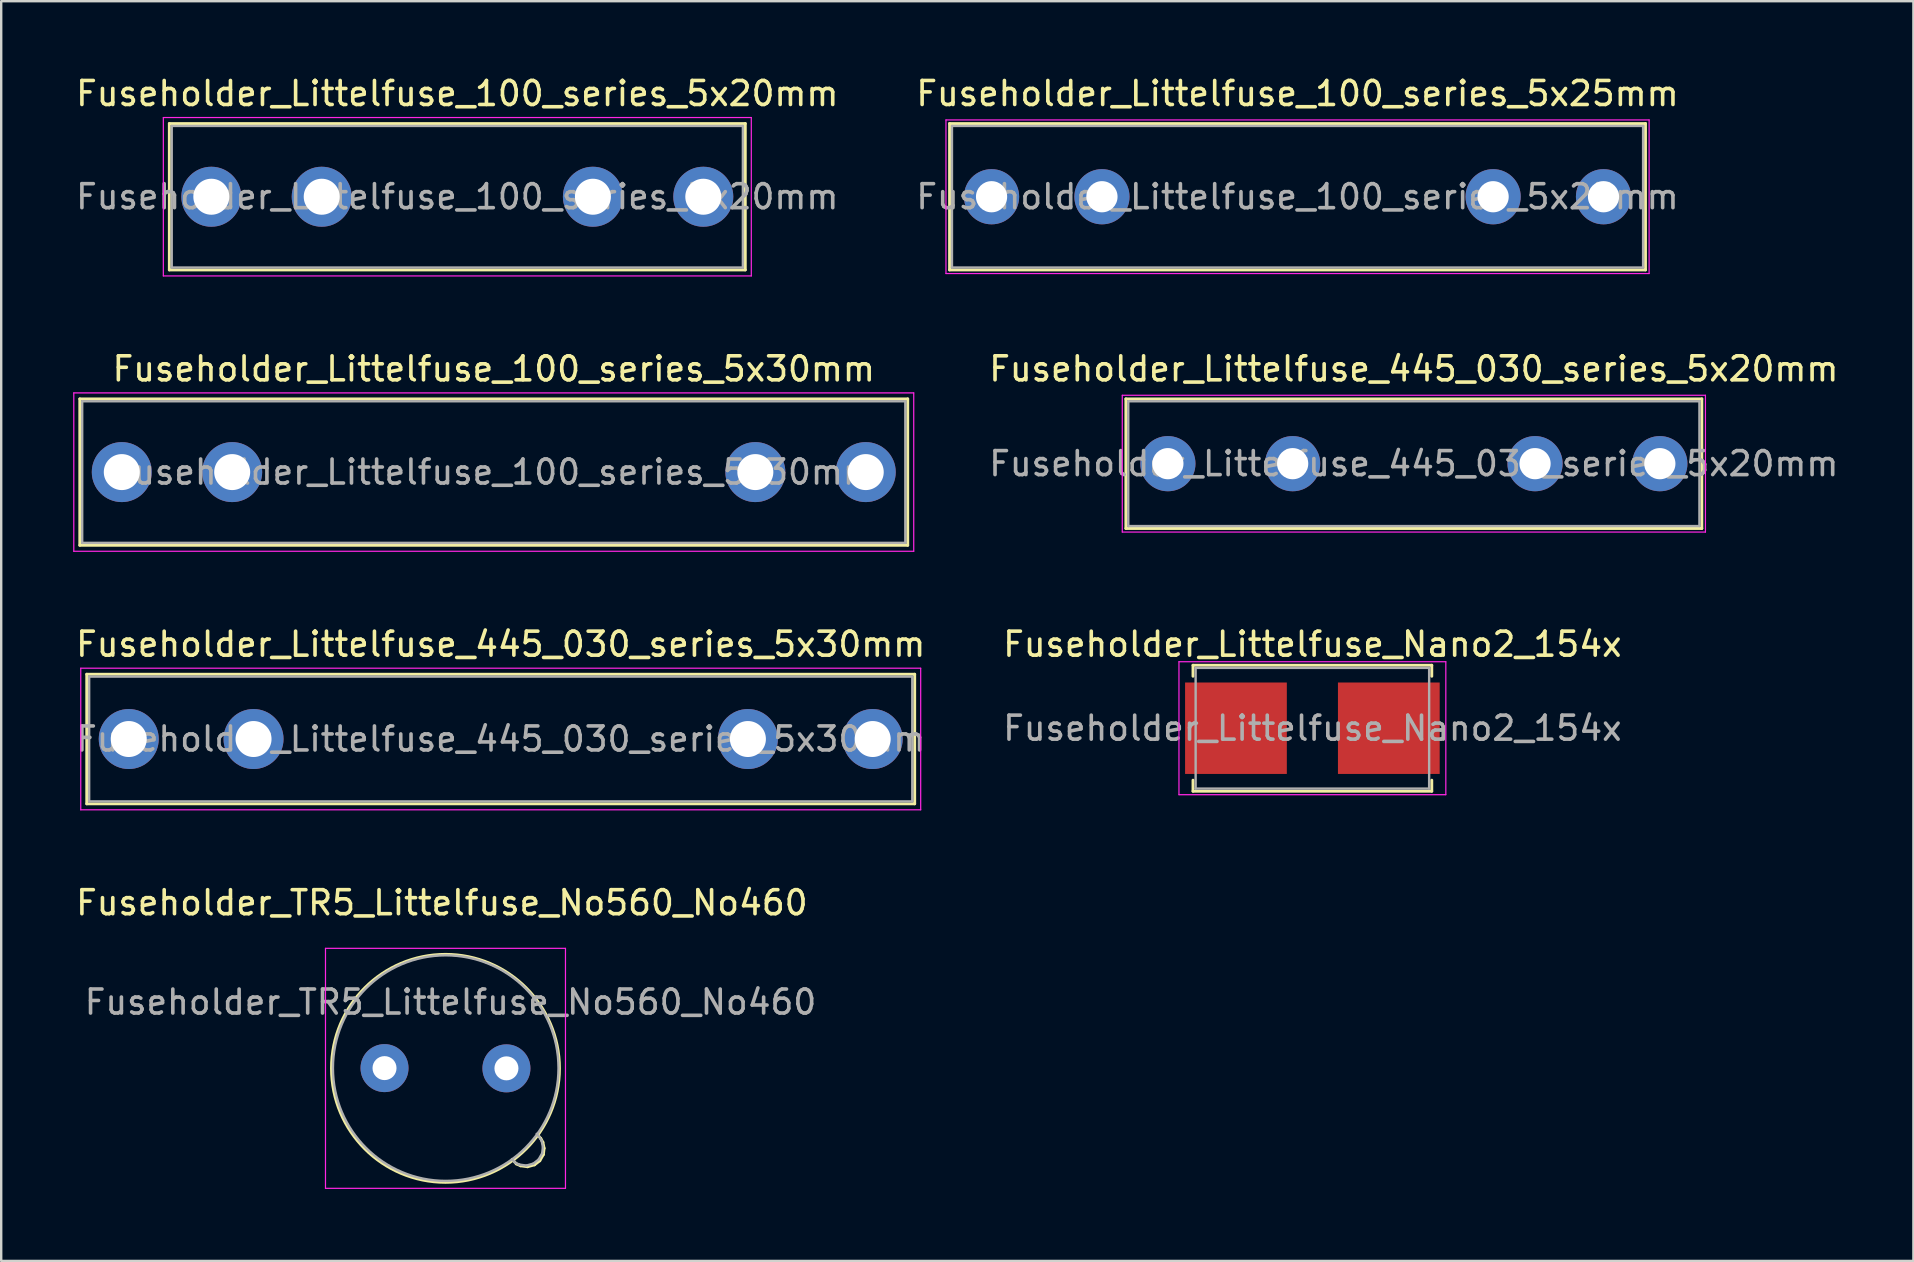
<source format=kicad_pcb>
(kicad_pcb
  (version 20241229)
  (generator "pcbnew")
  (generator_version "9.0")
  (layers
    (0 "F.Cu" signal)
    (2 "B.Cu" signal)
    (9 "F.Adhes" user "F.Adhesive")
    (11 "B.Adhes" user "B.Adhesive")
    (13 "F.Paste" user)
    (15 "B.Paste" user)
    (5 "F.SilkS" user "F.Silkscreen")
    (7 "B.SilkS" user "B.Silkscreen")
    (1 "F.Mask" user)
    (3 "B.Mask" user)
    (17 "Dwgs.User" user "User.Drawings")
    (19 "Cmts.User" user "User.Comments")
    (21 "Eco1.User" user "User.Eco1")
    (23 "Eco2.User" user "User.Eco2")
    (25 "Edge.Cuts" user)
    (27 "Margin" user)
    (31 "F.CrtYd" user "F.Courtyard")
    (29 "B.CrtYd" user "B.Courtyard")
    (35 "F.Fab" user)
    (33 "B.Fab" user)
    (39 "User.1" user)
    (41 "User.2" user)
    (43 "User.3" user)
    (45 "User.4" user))
  (footprint "Fuseholder_Littelfuse_445_030_series_5x20mm"
    (layer "F.Cu")
    (at 45.615 16.271)
    (property "Reference" "Fuseholder_Littelfuse_445_030_series_5x20mm" (at 10.25 -3.95 0) (unlocked yes) (layer "F.SilkS") (effects (font (size 1 1) (thickness 0.15))))
    (attr through_hole)
    (fp_line (start -1.75 -2.7) (end 22.25 -2.7) (stroke (width 0.12) (type solid)) (layer "F.SilkS"))
    (fp_line (start -1.75 2.7) (end -1.75 -2.7) (stroke (width 0.12) (type solid)) (layer "F.SilkS"))
    (fp_line (start 22.25 -2.7) (end 22.25 2.7) (stroke (width 0.12) (type solid)) (layer "F.SilkS"))
    (fp_line (start 22.25 2.7) (end -1.75 2.7) (stroke (width 0.12) (type solid)) (layer "F.SilkS"))
    (fp_line (start -1.9 -2.85) (end 22.4 -2.85) (stroke (width 0.05) (type solid)) (layer "F.CrtYd"))
    (fp_line (start -1.9 2.85) (end -1.9 -2.85) (stroke (width 0.05) (type solid)) (layer "F.CrtYd"))
    (fp_line (start 22.4 -2.85) (end 22.4 2.85) (stroke (width 0.05) (type solid)) (layer "F.CrtYd"))
    (fp_line (start 22.4 2.85) (end -1.9 2.85) (stroke (width 0.05) (type solid)) (layer "F.CrtYd"))
    (fp_line (start -1.65 -2.6) (end 22.15 -2.6) (stroke (width 0.1) (type solid)) (layer "F.Fab"))
    (fp_line (start -1.65 2.6) (end -1.65 -2.6) (stroke (width 0.1) (type solid)) (layer "F.Fab"))
    (fp_line (start 22.15 -2.6) (end 22.15 2.6) (stroke (width 0.1) (type solid)) (layer "F.Fab"))
    (fp_line (start 22.15 2.6) (end -1.65 2.6) (stroke (width 0.1) (type solid)) (layer "F.Fab"))
    (fp_text user "${REFERENCE}" (at 10.25 0 0) (unlocked yes) (layer "F.Fab") (effects (font (size 1 1) (thickness 0.15))))
    (pad "1" thru_hole circle (at 0 0) (size 2.3 2.3) (drill 1.3) (layers "*.Cu" "*.Mask"))
    (pad "1" thru_hole circle (at 5.2 0) (size 2.3 2.3) (drill 1.3) (layers "*.Cu" "*.Mask"))
    (pad "2" thru_hole circle (at 15.3 0) (size 2.3 2.3) (drill 1.3) (layers "*.Cu" "*.Mask"))
    (pad "2" thru_hole circle (at 20.5 0) (size 2.3 2.3) (drill 1.3) (layers "*.Cu" "*.Mask")))
  (footprint "Fuseholder_Littelfuse_445_030_series_5x30mm"
    (layer "F.Cu")
    (at 17.815 27.745)
    (property "Reference" "Fuseholder_Littelfuse_445_030_series_5x30mm" (at 0 -3.95 0) (unlocked yes) (layer "F.SilkS") (effects (font (size 1 1) (thickness 0.15))))
    (fp_line (start -17.25 -2.7) (end 17.25 -2.7) (stroke (width 0.12) (type solid)) (layer "F.SilkS"))
    (fp_line (start -17.25 2.7) (end -17.25 -2.7) (stroke (width 0.12) (type solid)) (layer "F.SilkS"))
    (fp_line (start 17.25 -2.7) (end 17.25 2.7) (stroke (width 0.12) (type solid)) (layer "F.SilkS"))
    (fp_line (start 17.25 2.7) (end -17.25 2.7) (stroke (width 0.12) (type solid)) (layer "F.SilkS"))
    (fp_line (start -17.5 -2.95) (end 17.5 -2.95) (stroke (width 0.05) (type solid)) (layer "F.CrtYd"))
    (fp_line (start -17.5 2.95) (end -17.5 -2.95) (stroke (width 0.05) (type solid)) (layer "F.CrtYd"))
    (fp_line (start 17.5 -2.95) (end 17.5 2.95) (stroke (width 0.05) (type solid)) (layer "F.CrtYd"))
    (fp_line (start 17.5 2.95) (end -17.5 2.95) (stroke (width 0.05) (type solid)) (layer "F.CrtYd"))
    (fp_line (start -17.15 -2.6) (end 17.15 -2.6) (stroke (width 0.1) (type solid)) (layer "F.Fab"))
    (fp_line (start -17.15 2.6) (end -17.15 -2.6) (stroke (width 0.1) (type solid)) (layer "F.Fab"))
    (fp_line (start 17.15 -2.6) (end 17.15 2.6) (stroke (width 0.1) (type solid)) (layer "F.Fab"))
    (fp_line (start 17.15 2.6) (end -17.15 2.6) (stroke (width 0.1) (type solid)) (layer "F.Fab"))
    (fp_text user "${REFERENCE}" (at 0 0 0) (unlocked yes) (layer "F.Fab") (effects (font (size 1 1) (thickness 0.15))))
    (pad "1" thru_hole circle (at -15.5 0) (size 2.5 2.5) (drill 1.5) (layers "*.Cu" "*.Mask"))
    (pad "1" thru_hole circle (at -10.3 0) (size 2.5 2.5) (drill 1.5) (layers "*.Cu" "*.Mask"))
    (pad "2" thru_hole circle (at 10.3 0) (size 2.5 2.5) (drill 1.5) (layers "*.Cu" "*.Mask"))
    (pad "2" thru_hole circle (at 15.5 0) (size 2.5 2.5) (drill 1.5) (layers "*.Cu" "*.Mask")))
  (footprint "Fuseholder_Littelfuse_Nano2_154x"
    (layer "F.Cu")
    (at 51.637 27.295)
    (property "Reference" "Fuseholder_Littelfuse_Nano2_154x" (at 0 -3.5 0) (unlocked yes) (layer "F.SilkS") (effects (font (size 1 1) (thickness 0.15))))
    (attr smd)
    (fp_line (start -4.975 -2.625) (end -4.975 -2.165) (stroke (width 0.12) (type solid)) (layer "F.SilkS"))
    (fp_line (start -4.975 -2.625) (end 4.975 -2.625) (stroke (width 0.12) (type solid)) (layer "F.SilkS"))
    (fp_line (start -4.975 2.165) (end -4.975 2.625) (stroke (width 0.12) (type solid)) (layer "F.SilkS"))
    (fp_line (start -4.975 2.625) (end 4.975 2.625) (stroke (width 0.12) (type solid)) (layer "F.SilkS"))
    (fp_line (start 4.975 -2.625) (end 4.975 -2.165) (stroke (width 0.12) (type solid)) (layer "F.SilkS"))
    (fp_line (start 4.975 2.625) (end 4.975 2.165) (stroke (width 0.12) (type solid)) (layer "F.SilkS"))
    (fp_line (start -5.56 -2.77) (end -5.56 2.77) (stroke (width 0.05) (type solid)) (layer "F.CrtYd"))
    (fp_line (start -5.56 -2.77) (end 5.56 -2.77) (stroke (width 0.05) (type solid)) (layer "F.CrtYd"))
    (fp_line (start -5.56 2.77) (end 5.56 2.77) (stroke (width 0.05) (type solid)) (layer "F.CrtYd"))
    (fp_line (start 5.56 -2.77) (end 5.56 2.77) (stroke (width 0.05) (type solid)) (layer "F.CrtYd"))
    (fp_line (start -4.865 -2.515) (end -4.865 2.515) (stroke (width 0.1) (type solid)) (layer "F.Fab"))
    (fp_line (start -4.865 -2.515) (end 4.865 -2.515) (stroke (width 0.1) (type solid)) (layer "F.Fab"))
    (fp_line (start -4.865 2.515) (end 4.865 2.515) (stroke (width 0.1) (type solid)) (layer "F.Fab"))
    (fp_line (start 4.865 2.515) (end 4.865 -2.515) (stroke (width 0.1) (type solid)) (layer "F.Fab"))
    (fp_text user "${REFERENCE}" (at 0 0 0) (layer "F.Fab") (effects (font (size 1 1) (thickness 0.15))))
    (pad "1" smd rect (at -3.185 0) (size 4.24 3.81) (layers "F.Cu" "F.Mask" "F.Paste"))
    (pad "2" smd rect (at 3.185 0) (size 4.24 3.81) (layers "F.Cu" "F.Mask" "F.Paste")))
  (footprint "Fuseholder_TR5_Littelfuse_No560_No460"
    (layer "F.Cu")
    (at 12.973 41.458)
    (property "Reference" "Fuseholder_TR5_Littelfuse_No560_No460" (at 2.39 -6.89 0) (layer "F.SilkS") (effects (font (size 1 1) (thickness 0.15))))
    (attr through_hole)
    (fp_line (start 5.49 3.99) (end 5.36 3.84) (stroke (width 0.12) (type solid)) (layer "F.SilkS"))
    (fp_line (start 5.67 4.07) (end 5.49 3.99) (stroke (width 0.12) (type solid)) (layer "F.SilkS"))
    (fp_line (start 5.96 4.11) (end 5.67 4.07) (stroke (width 0.12) (type solid)) (layer "F.SilkS"))
    (fp_line (start 6.25 4.03) (end 5.96 4.11) (stroke (width 0.12) (type solid)) (layer "F.SilkS"))
    (fp_line (start 6.39 2.79) (end 6.51 2.93) (stroke (width 0.12) (type solid)) (layer "F.SilkS"))
    (fp_line (start 6.47 3.86) (end 6.25 4.03) (stroke (width 0.12) (type solid)) (layer "F.SilkS"))
    (fp_line (start 6.51 2.93) (end 6.6 3.09) (stroke (width 0.12) (type solid)) (layer "F.SilkS"))
    (fp_line (start 6.6 3.09) (end 6.65 3.34) (stroke (width 0.12) (type solid)) (layer "F.SilkS"))
    (fp_line (start 6.62 3.6) (end 6.47 3.86) (stroke (width 0.12) (type solid)) (layer "F.SilkS"))
    (fp_line (start 6.65 3.34) (end 6.62 3.6) (stroke (width 0.12) (type solid)) (layer "F.SilkS"))
    (fp_circle (center 2.54 0.01) (end 7.29 0.01) (stroke (width 0.12) (type solid)) (fill no) (layer "F.SilkS"))
    (fp_line (start -2.46 -4.99) (end -2.46 5.01) (stroke (width 0.05) (type solid)) (layer "F.CrtYd"))
    (fp_line (start -2.46 -4.99) (end 7.54 -4.99) (stroke (width 0.05) (type solid)) (layer "F.CrtYd"))
    (fp_line (start 7.54 5.01) (end -2.46 5.01) (stroke (width 0.05) (type solid)) (layer "F.CrtYd"))
    (fp_line (start 7.54 5.01) (end 7.54 -4.99) (stroke (width 0.05) (type solid)) (layer "F.CrtYd"))
    (fp_line (start 5.44 3.94) (end 5.31 3.79) (stroke (width 0.1) (type solid)) (layer "F.Fab"))
    (fp_line (start 5.62 4.02) (end 5.44 3.94) (stroke (width 0.1) (type solid)) (layer "F.Fab"))
    (fp_line (start 5.91 4.06) (end 5.62 4.02) (stroke (width 0.1) (type solid)) (layer "F.Fab"))
    (fp_line (start 6.2 3.98) (end 5.91 4.06) (stroke (width 0.1) (type solid)) (layer "F.Fab"))
    (fp_line (start 6.34 2.74) (end 6.46 2.88) (stroke (width 0.1) (type solid)) (layer "F.Fab"))
    (fp_line (start 6.42 3.81) (end 6.2 3.98) (stroke (width 0.1) (type solid)) (layer "F.Fab"))
    (fp_line (start 6.46 2.88) (end 6.55 3.04) (stroke (width 0.1) (type solid)) (layer "F.Fab"))
    (fp_line (start 6.55 3.04) (end 6.6 3.29) (stroke (width 0.1) (type solid)) (layer "F.Fab"))
    (fp_line (start 6.57 3.55) (end 6.42 3.81) (stroke (width 0.1) (type solid)) (layer "F.Fab"))
    (fp_line (start 6.6 3.29) (end 6.57 3.55) (stroke (width 0.1) (type solid)) (layer "F.Fab"))
    (fp_circle (center 2.55 0) (end 7.25 0) (stroke (width 0.1) (type solid)) (fill no) (layer "F.Fab"))
    (fp_text user "${REFERENCE}" (at 2.75 -2.75 0) (layer "F.Fab") (effects (font (size 1 1) (thickness 0.15))))
    (pad "1" thru_hole circle (at 0 0) (size 2 2) (drill 1) (layers "*.Cu" "*.Mask"))
    (pad "2" thru_hole circle (at 5.08 0.01) (size 2 2) (drill 1) (layers "*.Cu" "*.Mask")))
  (footprint "Fuseholder_Littelfuse_100_series_5x30mm"
    (layer "F.Cu")
    (at 17.525 16.622)
    (property "Reference" "Fuseholder_Littelfuse_100_series_5x30mm" (at 0 -4.3 0) (unlocked yes) (layer "F.SilkS") (effects (font (size 1 1) (thickness 0.15))))
    (fp_line (start -17.25 -3.05) (end 17.25 -3.05) (stroke (width 0.12) (type solid)) (layer "F.SilkS"))
    (fp_line (start -17.25 3.05) (end -17.25 -3.05) (stroke (width 0.12) (type solid)) (layer "F.SilkS"))
    (fp_line (start 17.25 -3.05) (end 17.25 3.05) (stroke (width 0.12) (type solid)) (layer "F.SilkS"))
    (fp_line (start 17.25 3.05) (end -17.25 3.05) (stroke (width 0.12) (type solid)) (layer "F.SilkS"))
    (fp_line (start -17.5 -3.3) (end 17.5 -3.3) (stroke (width 0.05) (type solid)) (layer "F.CrtYd"))
    (fp_line (start -17.5 3.3) (end -17.5 -3.3) (stroke (width 0.05) (type solid)) (layer "F.CrtYd"))
    (fp_line (start 17.5 -3.3) (end 17.5 3.3) (stroke (width 0.05) (type solid)) (layer "F.CrtYd"))
    (fp_line (start 17.5 3.3) (end -17.5 3.3) (stroke (width 0.05) (type solid)) (layer "F.CrtYd"))
    (fp_line (start -17.15 -2.95) (end 17.15 -2.95) (stroke (width 0.1) (type solid)) (layer "F.Fab"))
    (fp_line (start -17.15 2.95) (end -17.15 -2.95) (stroke (width 0.1) (type solid)) (layer "F.Fab"))
    (fp_line (start 17.15 -2.95) (end 17.15 2.95) (stroke (width 0.1) (type solid)) (layer "F.Fab"))
    (fp_line (start 17.15 2.95) (end -17.15 2.95) (stroke (width 0.1) (type solid)) (layer "F.Fab"))
    (fp_text user "${REFERENCE}" (at 0 0 0) (unlocked yes) (layer "F.Fab") (effects (font (size 1 1) (thickness 0.15))))
    (pad "1" thru_hole circle (at -15.5 0) (size 2.5 2.5) (drill 1.5) (layers "*.Cu" "*.Mask"))
    (pad "1" thru_hole circle (at -10.9 0) (size 2.5 2.5) (drill 1.5) (layers "*.Cu" "*.Mask"))
    (pad "2" thru_hole circle (at 10.9 0) (size 2.5 2.5) (drill 1.5) (layers "*.Cu" "*.Mask"))
    (pad "2" thru_hole circle (at 15.5 0) (size 2.5 2.5) (drill 1.5) (layers "*.Cu" "*.Mask")))
  (footprint "Fuseholder_Littelfuse_100_series_5x20mm"
    (layer "F.Cu")
    (at 5.756 5.148)
    (property "Reference" "Fuseholder_Littelfuse_100_series_5x20mm" (at 10.25 -4.3 0) (unlocked yes) (layer "F.SilkS") (effects (font (size 1 1) (thickness 0.15))))
    (fp_line (start -1.75 -3.05) (end 22.25 -3.05) (stroke (width 0.12) (type solid)) (layer "F.SilkS"))
    (fp_line (start -1.75 3.05) (end -1.75 -3.05) (stroke (width 0.12) (type solid)) (layer "F.SilkS"))
    (fp_line (start 22.25 -3.05) (end 22.25 3.05) (stroke (width 0.12) (type solid)) (layer "F.SilkS"))
    (fp_line (start 22.25 3.05) (end -1.75 3.05) (stroke (width 0.12) (type solid)) (layer "F.SilkS"))
    (fp_line (start -2 -3.3) (end 22.5 -3.3) (stroke (width 0.05) (type solid)) (layer "F.CrtYd"))
    (fp_line (start -2 3.3) (end -2 -3.3) (stroke (width 0.05) (type solid)) (layer "F.CrtYd"))
    (fp_line (start 22.5 -3.3) (end 22.5 3.3) (stroke (width 0.05) (type solid)) (layer "F.CrtYd"))
    (fp_line (start 22.5 3.3) (end -2 3.3) (stroke (width 0.05) (type solid)) (layer "F.CrtYd"))
    (fp_line (start -1.65 -2.95) (end 22.15 -2.95) (stroke (width 0.1) (type solid)) (layer "F.Fab"))
    (fp_line (start -1.65 2.95) (end -1.65 -2.95) (stroke (width 0.1) (type solid)) (layer "F.Fab"))
    (fp_line (start 22.15 -2.95) (end 22.15 2.95) (stroke (width 0.1) (type solid)) (layer "F.Fab"))
    (fp_line (start 22.15 2.95) (end -1.65 2.95) (stroke (width 0.1) (type solid)) (layer "F.Fab"))
    (fp_text user "${REFERENCE}" (at 10.25 0 0) (unlocked yes) (layer "F.Fab") (effects (font (size 1 1) (thickness 0.15))))
    (pad "1" thru_hole circle (at 0 0) (size 2.5 2.5) (drill 1.5) (layers "*.Cu" "*.Mask"))
    (pad "1" thru_hole circle (at 4.6 0) (size 2.5 2.5) (drill 1.5) (layers "*.Cu" "*.Mask"))
    (pad "2" thru_hole circle (at 15.9 0) (size 2.5 2.5) (drill 1.5) (layers "*.Cu" "*.Mask"))
    (pad "2" thru_hole circle (at 20.5 0) (size 2.5 2.5) (drill 1.5) (layers "*.Cu" "*.Mask")))
  (footprint "Fuseholder_Littelfuse_100_series_5x25mm"
    (layer "F.Cu")
    (at 38.268 5.148)
    (property "Reference" "Fuseholder_Littelfuse_100_series_5x25mm" (at 12.75 -4.3 0) (unlocked yes) (layer "F.SilkS") (effects (font (size 1 1) (thickness 0.15))))
    (attr through_hole)
    (fp_line (start -1.75 -3.05) (end 27.25 -3.05) (stroke (width 0.12) (type solid)) (layer "F.SilkS"))
    (fp_line (start -1.75 3.05) (end -1.75 -3.05) (stroke (width 0.12) (type solid)) (layer "F.SilkS"))
    (fp_line (start 27.25 -3.05) (end 27.25 3.05) (stroke (width 0.12) (type solid)) (layer "F.SilkS"))
    (fp_line (start 27.25 3.05) (end -1.75 3.05) (stroke (width 0.12) (type solid)) (layer "F.SilkS"))
    (fp_line (start -1.9 -3.2) (end 27.4 -3.2) (stroke (width 0.05) (type solid)) (layer "F.CrtYd"))
    (fp_line (start -1.9 3.2) (end -1.9 -3.2) (stroke (width 0.05) (type solid)) (layer "F.CrtYd"))
    (fp_line (start 27.4 -3.2) (end 27.4 3.2) (stroke (width 0.05) (type solid)) (layer "F.CrtYd"))
    (fp_line (start 27.4 3.2) (end -1.9 3.2) (stroke (width 0.05) (type solid)) (layer "F.CrtYd"))
    (fp_line (start -1.65 -2.95) (end 27.15 -2.95) (stroke (width 0.1) (type solid)) (layer "F.Fab"))
    (fp_line (start -1.65 2.95) (end -1.65 -2.95) (stroke (width 0.1) (type solid)) (layer "F.Fab"))
    (fp_line (start 27.15 -2.95) (end 27.15 2.95) (stroke (width 0.1) (type solid)) (layer "F.Fab"))
    (fp_line (start 27.15 2.95) (end -1.65 2.95) (stroke (width 0.1) (type solid)) (layer "F.Fab"))
    (fp_text user "${REFERENCE}" (at 12.75 0 0) (unlocked yes) (layer "F.Fab") (effects (font (size 1 1) (thickness 0.15))))
    (pad "1" thru_hole circle (at 0 0) (size 2.3 2.3) (drill 1.3) (layers "*.Cu" "*.Mask"))
    (pad "1" thru_hole circle (at 4.6 0) (size 2.3 2.3) (drill 1.3) (layers "*.Cu" "*.Mask"))
    (pad "2" thru_hole circle (at 20.9 0) (size 2.3 2.3) (drill 1.3) (layers "*.Cu" "*.Mask"))
    (pad "2" thru_hole circle (at 25.5 0) (size 2.3 2.3) (drill 1.3) (layers "*.Cu" "*.Mask")))
  (gr_rect
    (start -3 -3)
    (end 76.681 49.493)
    (stroke (width 0.1) (type default))
    (fill no)
    (layer "Edge.Cuts")))
</source>
